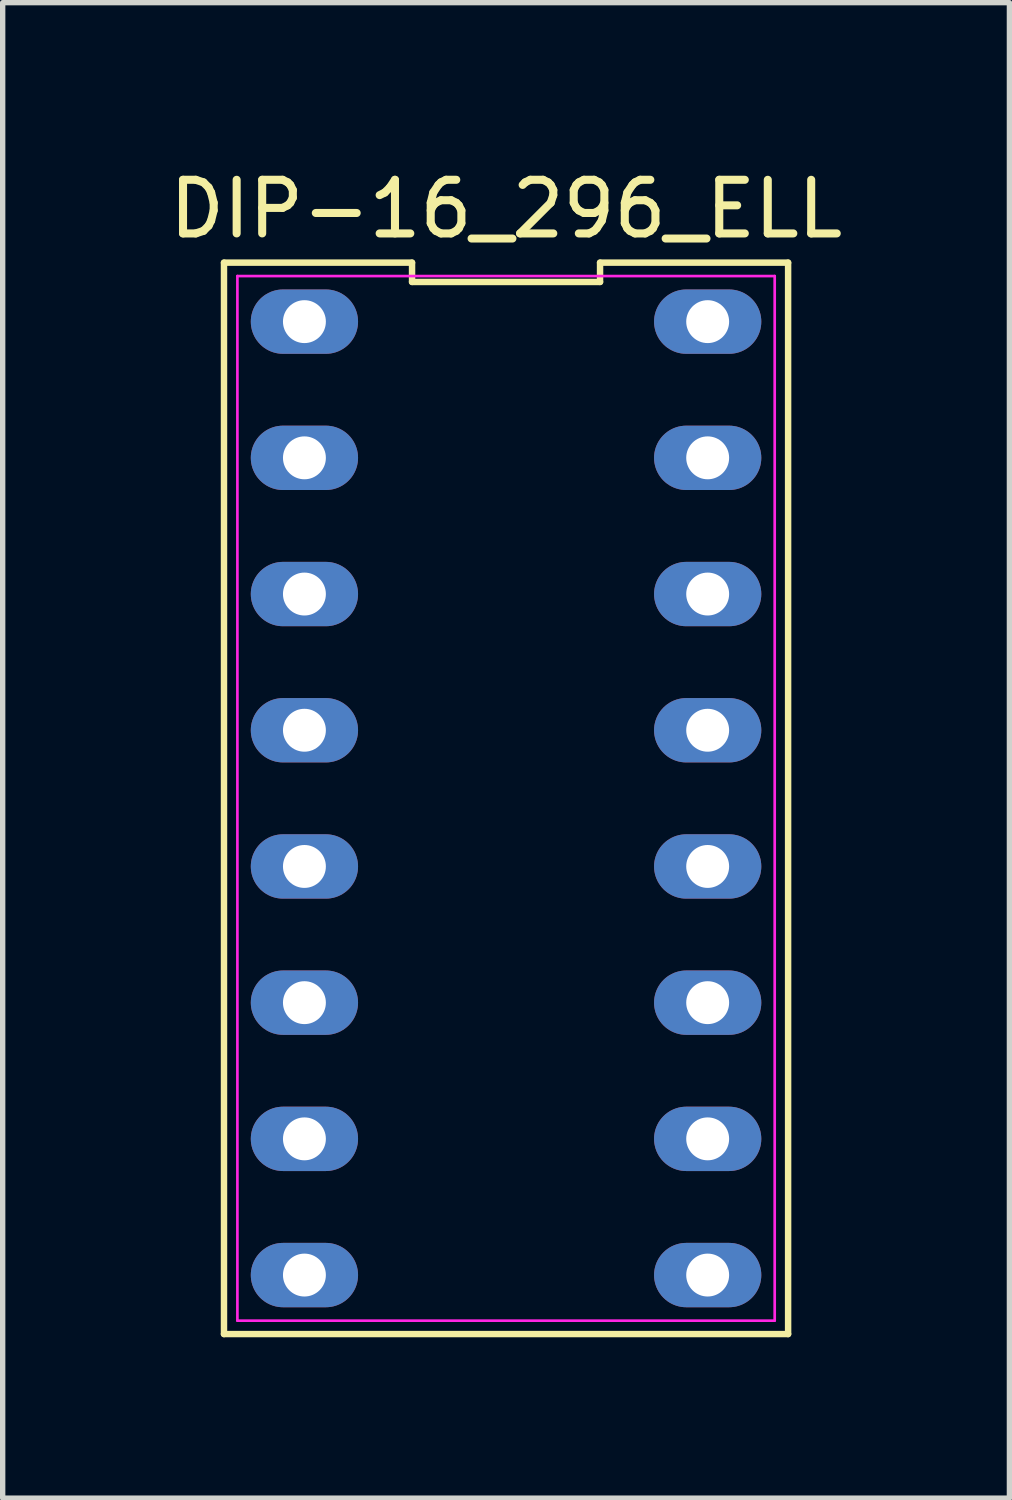
<source format=kicad_pcb>
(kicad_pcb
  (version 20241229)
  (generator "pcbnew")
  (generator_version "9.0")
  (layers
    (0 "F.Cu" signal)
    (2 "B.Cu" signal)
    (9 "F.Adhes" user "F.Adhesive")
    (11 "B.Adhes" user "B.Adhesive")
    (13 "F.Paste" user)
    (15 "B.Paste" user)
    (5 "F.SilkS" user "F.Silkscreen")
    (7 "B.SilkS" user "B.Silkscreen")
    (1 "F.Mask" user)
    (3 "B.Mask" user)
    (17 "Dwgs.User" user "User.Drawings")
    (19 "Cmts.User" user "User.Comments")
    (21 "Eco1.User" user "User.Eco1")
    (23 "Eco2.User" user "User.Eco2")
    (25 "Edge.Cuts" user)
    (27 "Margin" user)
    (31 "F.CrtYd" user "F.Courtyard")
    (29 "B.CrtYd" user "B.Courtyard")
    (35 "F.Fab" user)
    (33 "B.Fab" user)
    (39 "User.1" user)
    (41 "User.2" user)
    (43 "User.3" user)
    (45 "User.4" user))
  (footprint "DIP-16_296_ELL"
    (layer "F.Cu")
    (at 6.387 11.838)
    (property "Reference" "DIP-16_296_ELL" (at 0 -10.99 0) (layer "F.SilkS") (effects (font (size 1 1) (thickness 0.15))))
    (attr through_hole)
    (fp_line (start -5.26 9.99) (end 5.26 9.99) (stroke (width 0.12) (type solid)) (layer "F.SilkS"))
    (fp_line (start -5.26 -9.99) (end -5.26 9.99) (stroke (width 0.12) (type solid)) (layer "F.SilkS"))
    (fp_line (start -1.753 -9.99) (end -5.26 -9.99) (stroke (width 0.12) (type solid)) (layer "F.SilkS"))
    (fp_line (start -1.753 -9.63) (end -1.753 -9.99) (stroke (width 0.12) (type solid)) (layer "F.SilkS"))
    (fp_line (start 1.753 -9.99) (end 1.753 -9.63) (stroke (width 0.12) (type solid)) (layer "F.SilkS"))
    (fp_line (start 1.753 -9.63) (end -1.753 -9.63) (stroke (width 0.12) (type solid)) (layer "F.SilkS"))
    (fp_line (start 5.26 9.99) (end 5.26 -9.99) (stroke (width 0.12) (type solid)) (layer "F.SilkS"))
    (fp_line (start 5.26 -9.99) (end 1.753 -9.99) (stroke (width 0.12) (type solid)) (layer "F.SilkS"))
    (fp_line (start -5.01 -9.74) (end 5.01 -9.74) (stroke (width 0.05) (type solid)) (layer "F.CrtYd"))
    (fp_line (start -5.01 9.74) (end -5.01 -9.74) (stroke (width 0.05) (type solid)) (layer "F.CrtYd"))
    (fp_line (start 5.01 -9.74) (end 5.01 9.74) (stroke (width 0.05) (type solid)) (layer "F.CrtYd"))
    (fp_line (start 5.01 9.74) (end -5.01 9.74) (stroke (width 0.05) (type solid)) (layer "F.CrtYd"))
    (pad "1" thru_hole oval (at -3.76 -8.89 270) (size 1.2 2) (drill 0.8) (layers "*.Cu" "*.Mask"))
    (pad "2" thru_hole oval (at -3.76 -6.35 270) (size 1.2 2) (drill 0.8) (layers "*.Cu" "*.Mask"))
    (pad "3" thru_hole oval (at -3.76 -3.81 270) (size 1.2 2) (drill 0.8) (layers "*.Cu" "*.Mask"))
    (pad "4" thru_hole oval (at -3.76 -1.27 270) (size 1.2 2) (drill 0.8) (layers "*.Cu" "*.Mask"))
    (pad "5" thru_hole oval (at -3.76 1.27 270) (size 1.2 2) (drill 0.8) (layers "*.Cu" "*.Mask"))
    (pad "6" thru_hole oval (at -3.76 3.81 270) (size 1.2 2) (drill 0.8) (layers "*.Cu" "*.Mask"))
    (pad "7" thru_hole oval (at -3.76 6.35 270) (size 1.2 2) (drill 0.8) (layers "*.Cu" "*.Mask"))
    (pad "8" thru_hole oval (at -3.76 8.89 270) (size 1.2 2) (drill 0.8) (layers "*.Cu" "*.Mask"))
    (pad "9" thru_hole oval (at 3.76 8.89 270) (size 1.2 2) (drill 0.8) (layers "*.Cu" "*.Mask"))
    (pad "10" thru_hole oval (at 3.76 6.35 270) (size 1.2 2) (drill 0.8) (layers "*.Cu" "*.Mask"))
    (pad "11" thru_hole oval (at 3.76 3.81 270) (size 1.2 2) (drill 0.8) (layers "*.Cu" "*.Mask"))
    (pad "12" thru_hole oval (at 3.76 1.27 270) (size 1.2 2) (drill 0.8) (layers "*.Cu" "*.Mask"))
    (pad "13" thru_hole oval (at 3.76 -1.27 270) (size 1.2 2) (drill 0.8) (layers "*.Cu" "*.Mask"))
    (pad "14" thru_hole oval (at 3.76 -3.81 270) (size 1.2 2) (drill 0.8) (layers "*.Cu" "*.Mask"))
    (pad "15" thru_hole oval (at 3.76 -6.35 270) (size 1.2 2) (drill 0.8) (layers "*.Cu" "*.Mask"))
    (pad "16" thru_hole oval (at 3.76 -8.89 270) (size 1.2 2) (drill 0.8) (layers "*.Cu" "*.Mask")))
  (gr_rect
    (start -3 -3)
    (end 15.774 24.888)
    (stroke (width 0.1) (type default))
    (fill no)
    (layer "Edge.Cuts")))
</source>
